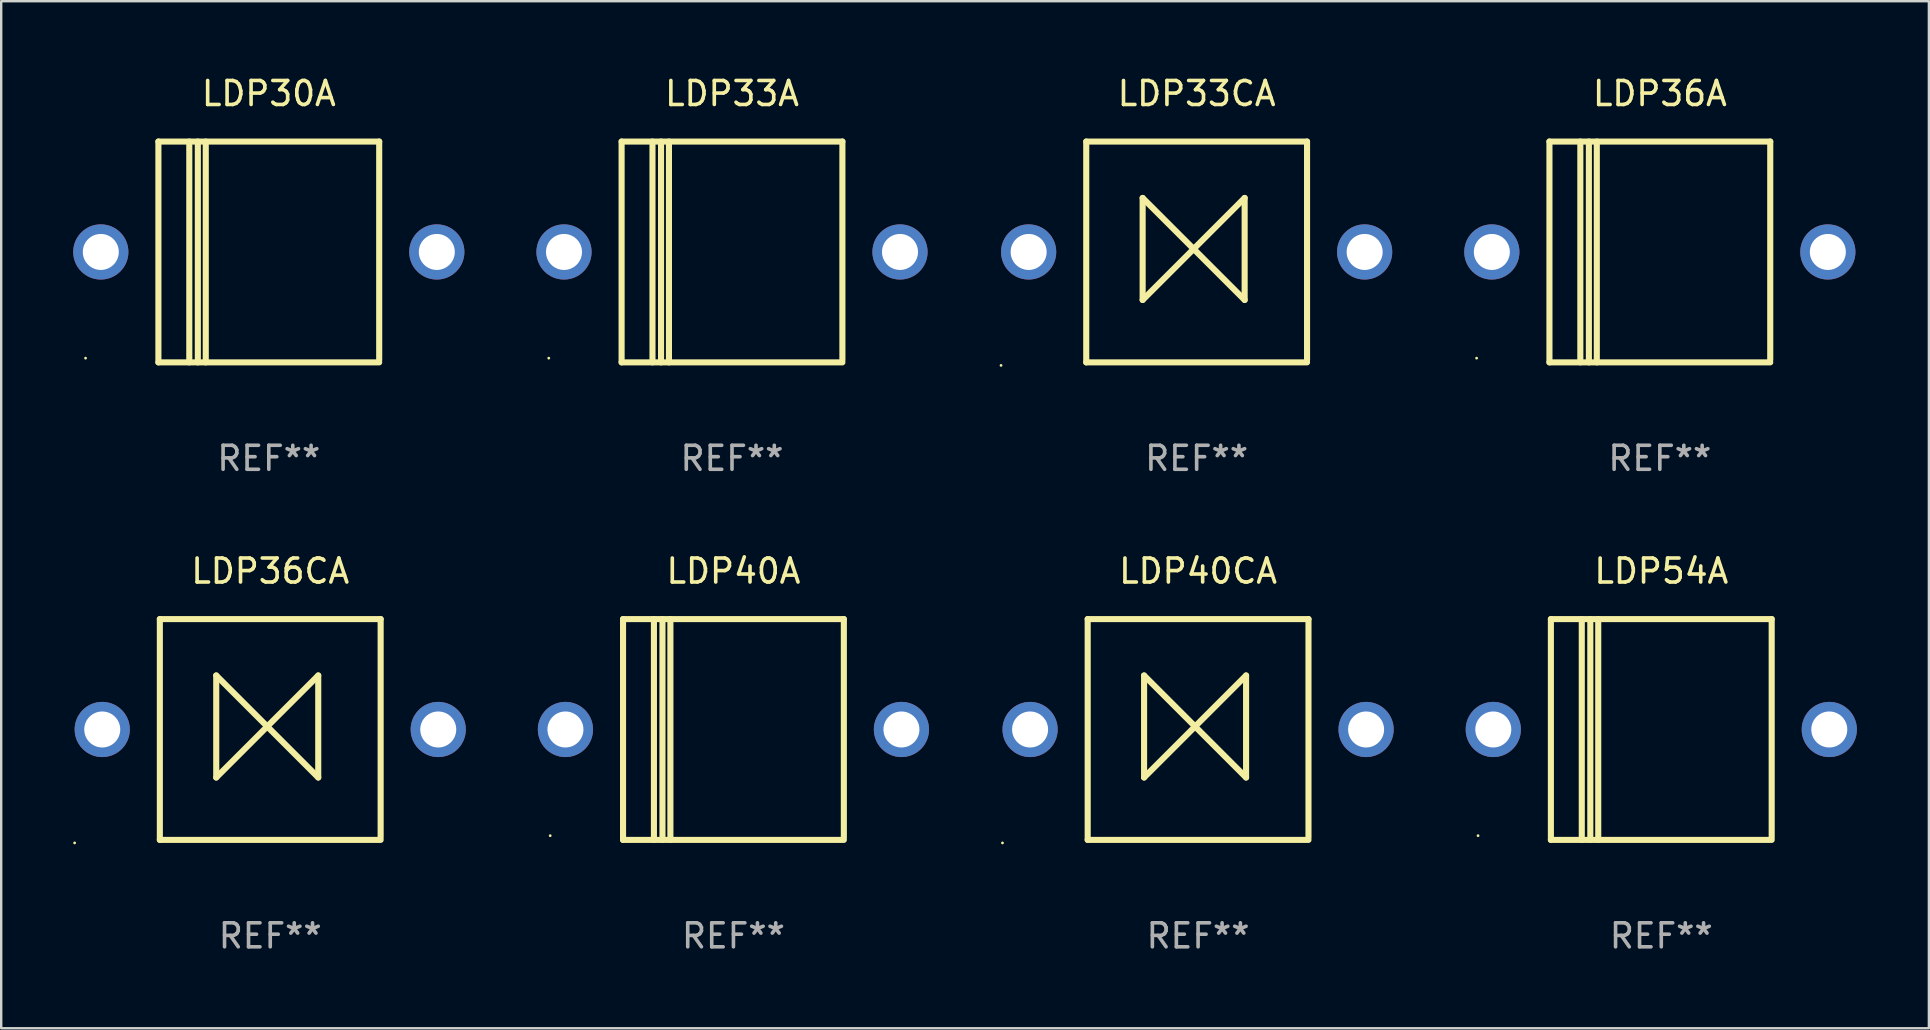
<source format=kicad_pcb>
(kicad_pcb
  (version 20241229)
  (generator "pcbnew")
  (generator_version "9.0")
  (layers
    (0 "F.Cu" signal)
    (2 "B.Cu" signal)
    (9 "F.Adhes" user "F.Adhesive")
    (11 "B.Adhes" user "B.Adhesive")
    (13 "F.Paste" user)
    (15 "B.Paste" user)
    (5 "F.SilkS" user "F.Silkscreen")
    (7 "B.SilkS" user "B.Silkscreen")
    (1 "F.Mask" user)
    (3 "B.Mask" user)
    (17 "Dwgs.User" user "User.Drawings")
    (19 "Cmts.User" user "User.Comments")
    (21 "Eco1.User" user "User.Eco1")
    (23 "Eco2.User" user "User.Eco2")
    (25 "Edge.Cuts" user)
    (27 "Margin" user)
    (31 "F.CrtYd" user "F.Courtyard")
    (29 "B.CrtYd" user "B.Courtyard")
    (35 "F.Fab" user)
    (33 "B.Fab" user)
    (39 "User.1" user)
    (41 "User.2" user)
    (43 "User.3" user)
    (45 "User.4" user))
  (footprint "LDP40CA"
    (layer "F.Cu")
    (at 46.87 27.345)
    (property "Reference" "LDP40CA" (at 0 -6.6 0) (layer "F.SilkS") (effects (font (size 1 1) (thickness 0.15))))
    (attr through_hole)
    (fp_line (start -4.6 -4.6) (end -4.6 4.6) (stroke (width 0.254) (type solid)) (layer "F.SilkS"))
    (fp_line (start -4.6 -4.6) (end 4.6 -4.6) (stroke (width 0.254) (type solid)) (layer "F.SilkS"))
    (fp_line (start -4.6 4.6) (end 4.6 4.6) (stroke (width 0.254) (type solid)) (layer "F.SilkS"))
    (fp_line (start -2.25 -2.25) (end -2.25 2) (stroke (width 0.254) (type solid)) (layer "F.SilkS"))
    (fp_line (start -2.25 2) (end 2 -2.25) (stroke (width 0.254) (type solid)) (layer "F.SilkS"))
    (fp_line (start 2 -2.25) (end 2 2) (stroke (width 0.254) (type solid)) (layer "F.SilkS"))
    (fp_line (start 2 2) (end -2.25 -2.25) (stroke (width 0.254) (type solid)) (layer "F.SilkS"))
    (fp_line (start 4.6 -4.6) (end 4.6 4.5) (stroke (width 0.254) (type solid)) (layer "F.SilkS"))
    (fp_circle (center -8.15 4.727) (end -8.12 4.727) (stroke (width 0.06) (type solid)) (fill no) (layer "F.SilkS"))
    (fp_text user "REF**" (at 0 8.6 0) (layer "F.Fab") (effects (font (size 1 1) (thickness 0.15))))
    (pad "1" thru_hole circle (at -7 0) (size 2.3 2.3) (drill 1.5) (layers "*.Cu" "*.Mask"))
    (pad "2" thru_hole circle (at 7 0) (size 2.3 2.3) (drill 1.5) (layers "*.Cu" "*.Mask")))
  (footprint "LDP30A"
    (layer "F.Cu")
    (at 8.15 7.448)
    (property "Reference" "LDP30A" (at 0 -6.6 0) (layer "F.SilkS") (effects (font (size 1 1) (thickness 0.15))))
    (attr through_hole)
    (fp_line (start -4.6 -4.6) (end -4.6 4.6) (stroke (width 0.254) (type solid)) (layer "F.SilkS"))
    (fp_line (start -4.6 -4.6) (end 4.6 -4.6) (stroke (width 0.254) (type solid)) (layer "F.SilkS"))
    (fp_line (start -4.6 4.6) (end 4.6 4.6) (stroke (width 0.254) (type solid)) (layer "F.SilkS"))
    (fp_line (start -3.313 -4.6) (end -3.313 4.6) (stroke (width 0.254) (type solid)) (layer "F.SilkS"))
    (fp_line (start -2.957 -4.6) (end -2.957 4.6) (stroke (width 0.254) (type solid)) (layer "F.SilkS"))
    (fp_line (start -2.627 -4.6) (end -2.627 4.6) (stroke (width 0.254) (type solid)) (layer "F.SilkS"))
    (fp_line (start 4.6 -4.6) (end 4.6 4.5) (stroke (width 0.254) (type solid)) (layer "F.SilkS"))
    (fp_circle (center -7.635 4.425) (end -7.605 4.425) (stroke (width 0.06) (type solid)) (fill no) (layer "F.SilkS"))
    (fp_text user "REF**" (at 0 8.6 0) (layer "F.Fab") (effects (font (size 1 1) (thickness 0.15))))
    (pad "1" thru_hole circle (at -7 0) (size 2.3 2.3) (drill 1.5) (layers "*.Cu" "*.Mask"))
    (pad "2" thru_hole circle (at 7 0) (size 2.3 2.3) (drill 1.5) (layers "*.Cu" "*.Mask")))
  (footprint "LDP36CA"
    (layer "F.Cu")
    (at 8.21 27.345)
    (property "Reference" "LDP36CA" (at 0 -6.6 0) (layer "F.SilkS") (effects (font (size 1 1) (thickness 0.15))))
    (attr through_hole)
    (fp_line (start -4.6 -4.6) (end -4.6 4.6) (stroke (width 0.254) (type solid)) (layer "F.SilkS"))
    (fp_line (start -4.6 -4.6) (end 4.6 -4.6) (stroke (width 0.254) (type solid)) (layer "F.SilkS"))
    (fp_line (start -4.6 4.6) (end 4.6 4.6) (stroke (width 0.254) (type solid)) (layer "F.SilkS"))
    (fp_line (start -2.25 -2.25) (end -2.25 2) (stroke (width 0.254) (type solid)) (layer "F.SilkS"))
    (fp_line (start -2.25 2) (end 2 -2.25) (stroke (width 0.254) (type solid)) (layer "F.SilkS"))
    (fp_line (start 2 -2.25) (end 2 2) (stroke (width 0.254) (type solid)) (layer "F.SilkS"))
    (fp_line (start 2 2) (end -2.25 -2.25) (stroke (width 0.254) (type solid)) (layer "F.SilkS"))
    (fp_line (start 4.6 -4.6) (end 4.6 4.5) (stroke (width 0.254) (type solid)) (layer "F.SilkS"))
    (fp_circle (center -8.15 4.727) (end -8.12 4.727) (stroke (width 0.06) (type solid)) (fill no) (layer "F.SilkS"))
    (fp_text user "REF**" (at 0 8.6 0) (layer "F.Fab") (effects (font (size 1 1) (thickness 0.15))))
    (pad "1" thru_hole circle (at -7 0) (size 2.3 2.3) (drill 1.5) (layers "*.Cu" "*.Mask"))
    (pad "2" thru_hole circle (at 7 0) (size 2.3 2.3) (drill 1.5) (layers "*.Cu" "*.Mask")))
  (footprint "LDP36A"
    (layer "F.Cu")
    (at 66.11 7.448)
    (property "Reference" "LDP36A" (at 0 -6.6 0) (layer "F.SilkS") (effects (font (size 1 1) (thickness 0.15))))
    (attr through_hole)
    (fp_line (start -4.6 -4.6) (end -4.6 4.6) (stroke (width 0.254) (type solid)) (layer "F.SilkS"))
    (fp_line (start -4.6 -4.6) (end 4.6 -4.6) (stroke (width 0.254) (type solid)) (layer "F.SilkS"))
    (fp_line (start -4.6 4.6) (end 4.6 4.6) (stroke (width 0.254) (type solid)) (layer "F.SilkS"))
    (fp_line (start -3.313 -4.6) (end -3.313 4.6) (stroke (width 0.254) (type solid)) (layer "F.SilkS"))
    (fp_line (start -2.957 -4.6) (end -2.957 4.6) (stroke (width 0.254) (type solid)) (layer "F.SilkS"))
    (fp_line (start -2.627 -4.6) (end -2.627 4.6) (stroke (width 0.254) (type solid)) (layer "F.SilkS"))
    (fp_line (start 4.6 -4.6) (end 4.6 4.5) (stroke (width 0.254) (type solid)) (layer "F.SilkS"))
    (fp_circle (center -7.635 4.425) (end -7.605 4.425) (stroke (width 0.06) (type solid)) (fill no) (layer "F.SilkS"))
    (fp_text user "REF**" (at 0 8.6 0) (layer "F.Fab") (effects (font (size 1 1) (thickness 0.15))))
    (pad "1" thru_hole circle (at -7 0) (size 2.3 2.3) (drill 1.5) (layers "*.Cu" "*.Mask"))
    (pad "2" thru_hole circle (at 7 0) (size 2.3 2.3) (drill 1.5) (layers "*.Cu" "*.Mask")))
  (footprint "LDP33A"
    (layer "F.Cu")
    (at 27.45 7.448)
    (property "Reference" "LDP33A" (at 0 -6.6 0) (layer "F.SilkS") (effects (font (size 1 1) (thickness 0.15))))
    (attr through_hole)
    (fp_line (start -4.6 -4.6) (end -4.6 4.6) (stroke (width 0.254) (type solid)) (layer "F.SilkS"))
    (fp_line (start -4.6 -4.6) (end 4.6 -4.6) (stroke (width 0.254) (type solid)) (layer "F.SilkS"))
    (fp_line (start -4.6 4.6) (end 4.6 4.6) (stroke (width 0.254) (type solid)) (layer "F.SilkS"))
    (fp_line (start -3.313 -4.6) (end -3.313 4.6) (stroke (width 0.254) (type solid)) (layer "F.SilkS"))
    (fp_line (start -2.957 -4.6) (end -2.957 4.6) (stroke (width 0.254) (type solid)) (layer "F.SilkS"))
    (fp_line (start -2.627 -4.6) (end -2.627 4.6) (stroke (width 0.254) (type solid)) (layer "F.SilkS"))
    (fp_line (start 4.6 -4.6) (end 4.6 4.5) (stroke (width 0.254) (type solid)) (layer "F.SilkS"))
    (fp_circle (center -7.635 4.425) (end -7.605 4.425) (stroke (width 0.06) (type solid)) (fill no) (layer "F.SilkS"))
    (fp_text user "REF**" (at 0 8.6 0) (layer "F.Fab") (effects (font (size 1 1) (thickness 0.15))))
    (pad "1" thru_hole circle (at -7 0) (size 2.3 2.3) (drill 1.5) (layers "*.Cu" "*.Mask"))
    (pad "2" thru_hole circle (at 7 0) (size 2.3 2.3) (drill 1.5) (layers "*.Cu" "*.Mask")))
  (footprint "LDP54A"
    (layer "F.Cu")
    (at 66.17 27.345)
    (property "Reference" "LDP54A" (at 0 -6.6 0) (layer "F.SilkS") (effects (font (size 1 1) (thickness 0.15))))
    (attr through_hole)
    (fp_line (start -4.6 -4.6) (end -4.6 4.6) (stroke (width 0.254) (type solid)) (layer "F.SilkS"))
    (fp_line (start -4.6 -4.6) (end 4.6 -4.6) (stroke (width 0.254) (type solid)) (layer "F.SilkS"))
    (fp_line (start -4.6 4.6) (end 4.6 4.6) (stroke (width 0.254) (type solid)) (layer "F.SilkS"))
    (fp_line (start -3.313 -4.6) (end -3.313 4.6) (stroke (width 0.254) (type solid)) (layer "F.SilkS"))
    (fp_line (start -2.957 -4.6) (end -2.957 4.6) (stroke (width 0.254) (type solid)) (layer "F.SilkS"))
    (fp_line (start -2.627 -4.6) (end -2.627 4.6) (stroke (width 0.254) (type solid)) (layer "F.SilkS"))
    (fp_line (start 4.6 -4.6) (end 4.6 4.5) (stroke (width 0.254) (type solid)) (layer "F.SilkS"))
    (fp_circle (center -7.635 4.425) (end -7.605 4.425) (stroke (width 0.06) (type solid)) (fill no) (layer "F.SilkS"))
    (fp_text user "REF**" (at 0 8.6 0) (layer "F.Fab") (effects (font (size 1 1) (thickness 0.15))))
    (pad "1" thru_hole circle (at -7 0) (size 2.3 2.3) (drill 1.5) (layers "*.Cu" "*.Mask"))
    (pad "2" thru_hole circle (at 7 0) (size 2.3 2.3) (drill 1.5) (layers "*.Cu" "*.Mask")))
  (footprint "LDP33CA"
    (layer "F.Cu")
    (at 46.81 7.448)
    (property "Reference" "LDP33CA" (at 0 -6.6 0) (layer "F.SilkS") (effects (font (size 1 1) (thickness 0.15))))
    (attr through_hole)
    (fp_line (start -4.6 -4.6) (end -4.6 4.6) (stroke (width 0.254) (type solid)) (layer "F.SilkS"))
    (fp_line (start -4.6 -4.6) (end 4.6 -4.6) (stroke (width 0.254) (type solid)) (layer "F.SilkS"))
    (fp_line (start -4.6 4.6) (end 4.6 4.6) (stroke (width 0.254) (type solid)) (layer "F.SilkS"))
    (fp_line (start -2.25 -2.25) (end -2.25 2) (stroke (width 0.254) (type solid)) (layer "F.SilkS"))
    (fp_line (start -2.25 2) (end 2 -2.25) (stroke (width 0.254) (type solid)) (layer "F.SilkS"))
    (fp_line (start 2 -2.25) (end 2 2) (stroke (width 0.254) (type solid)) (layer "F.SilkS"))
    (fp_line (start 2 2) (end -2.25 -2.25) (stroke (width 0.254) (type solid)) (layer "F.SilkS"))
    (fp_line (start 4.6 -4.6) (end 4.6 4.5) (stroke (width 0.254) (type solid)) (layer "F.SilkS"))
    (fp_circle (center -8.15 4.727) (end -8.12 4.727) (stroke (width 0.06) (type solid)) (fill no) (layer "F.SilkS"))
    (fp_text user "REF**" (at 0 8.6 0) (layer "F.Fab") (effects (font (size 1 1) (thickness 0.15))))
    (pad "1" thru_hole circle (at -7 0) (size 2.3 2.3) (drill 1.5) (layers "*.Cu" "*.Mask"))
    (pad "2" thru_hole circle (at 7 0) (size 2.3 2.3) (drill 1.5) (layers "*.Cu" "*.Mask")))
  (footprint "LDP40A"
    (layer "F.Cu")
    (at 27.51 27.345)
    (property "Reference" "LDP40A" (at 0 -6.6 0) (layer "F.SilkS") (effects (font (size 1 1) (thickness 0.15))))
    (attr through_hole)
    (fp_line (start -4.6 -4.6) (end -4.6 4.6) (stroke (width 0.254) (type solid)) (layer "F.SilkS"))
    (fp_line (start -4.6 -4.6) (end 4.6 -4.6) (stroke (width 0.254) (type solid)) (layer "F.SilkS"))
    (fp_line (start -4.6 4.6) (end 4.6 4.6) (stroke (width 0.254) (type solid)) (layer "F.SilkS"))
    (fp_line (start -3.313 -4.6) (end -3.313 4.6) (stroke (width 0.254) (type solid)) (layer "F.SilkS"))
    (fp_line (start -2.957 -4.6) (end -2.957 4.6) (stroke (width 0.254) (type solid)) (layer "F.SilkS"))
    (fp_line (start -2.627 -4.6) (end -2.627 4.6) (stroke (width 0.254) (type solid)) (layer "F.SilkS"))
    (fp_line (start 4.6 -4.6) (end 4.6 4.5) (stroke (width 0.254) (type solid)) (layer "F.SilkS"))
    (fp_circle (center -7.635 4.425) (end -7.605 4.425) (stroke (width 0.06) (type solid)) (fill no) (layer "F.SilkS"))
    (fp_text user "REF**" (at 0 8.6 0) (layer "F.Fab") (effects (font (size 1 1) (thickness 0.15))))
    (pad "1" thru_hole circle (at -7 0) (size 2.3 2.3) (drill 1.5) (layers "*.Cu" "*.Mask"))
    (pad "2" thru_hole circle (at 7 0) (size 2.3 2.3) (drill 1.5) (layers "*.Cu" "*.Mask")))
  (gr_rect
    (start -3 -3)
    (end 77.32 39.793)
    (stroke (width 0.1) (type default))
    (fill no)
    (layer "Edge.Cuts")))
</source>
